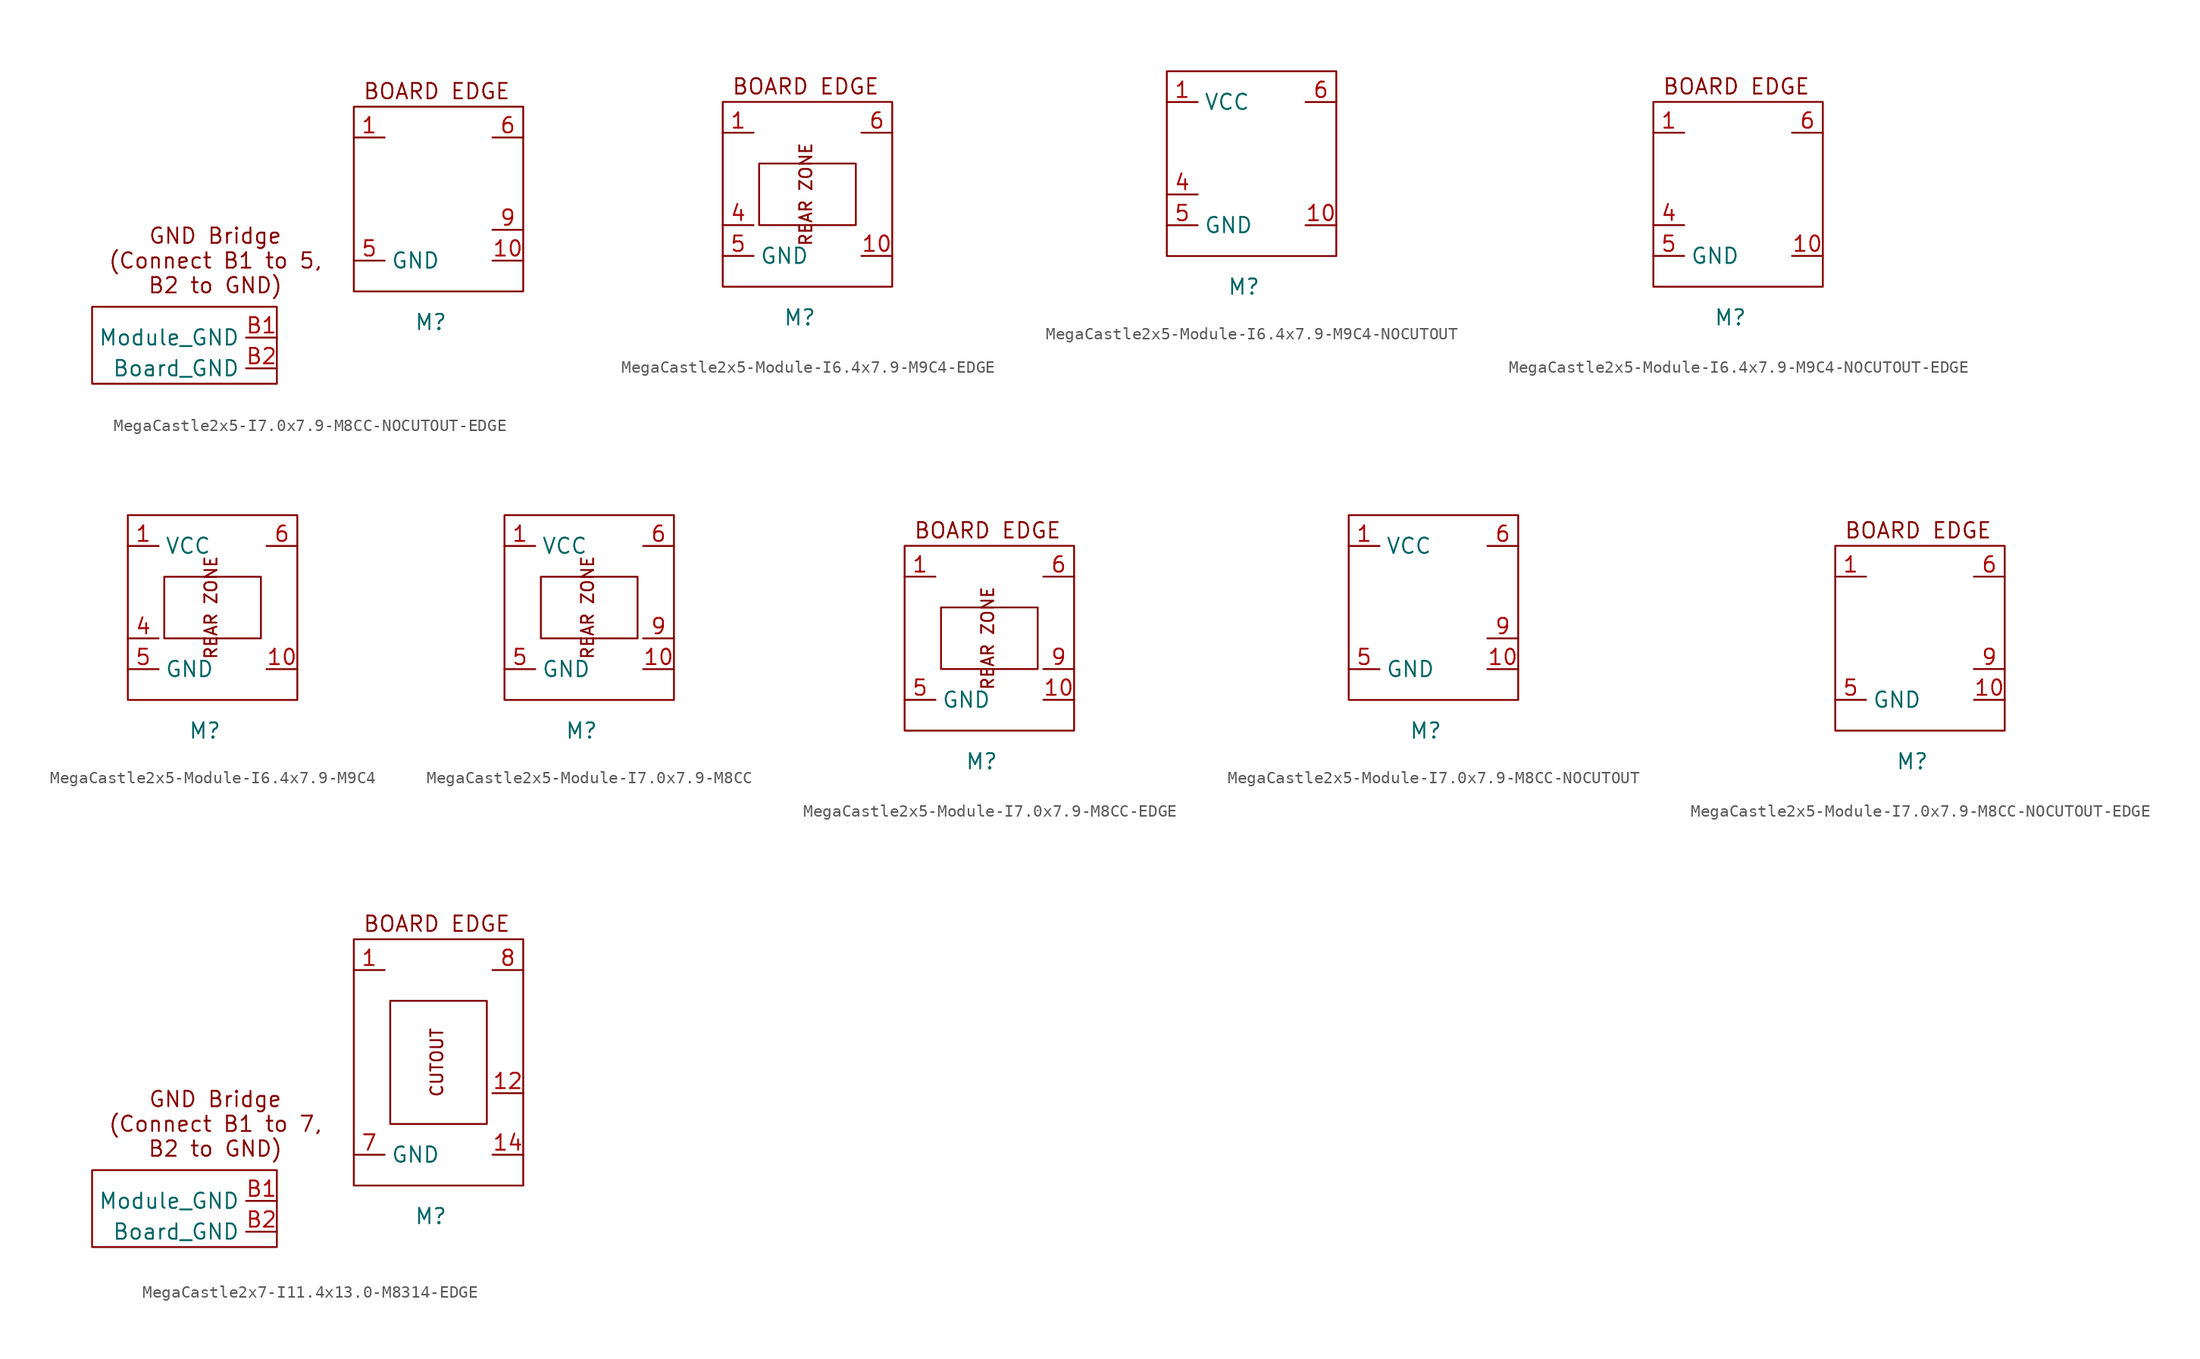
<source format=kicad_sym>
(kicad_symbol_lib
  (version 20231120)
  (generator "kicad_symbol_editor")
  (generator_version "8.0")
  (symbol "MegaCastle2x5-I7.0x7.9-M8CC-NOCUTOUT-EDGE"
    (property "Reference" "M"
      (at 0 -10.16 0)
      (effects (font (size 1.27 1.27))))
    (property "Value" ""
      (at 0 5.08 0)
      (effects (font (size 1.27 1.27))))
    (symbol "MegaCastle2x5-I7.0x7.9-M8CC-NOCUTOUT-EDGE_0_1"
      (rectangle (start -27.94 -8.89) (end -12.7 -15.24) (stroke (width 0) (type default)) (fill (type none)))
      (rectangle (start -6.35 7.62) (end 7.62 -7.62) (stroke (width 0) (type default)) (fill (type none))))
    (symbol "MegaCastle2x5-I7.0x7.9-M8CC-NOCUTOUT-EDGE_1_1"
      (text " BOARD EDGE" (at 0 8.89 0) (effects (font (size 1.27 1.27))))
      (text "GND Bridge\n(Connect B1 to 5,\nB2 to GND)" (at -17.78 -5.08 0) (effects (font (size 1.27 1.27))))
      (pin bidirectional line (at -6.35 5.08 0) (length 2.54) (name "" (effects (font (size 1.27 1.27)))) (number "1" (effects (font (size 1.27 1.27)))))
      (pin bidirectional line (at 7.62 -5.08 180) (length 2.54) (name "" (effects (font (size 1.27 1.27)))) (number "10" (effects (font (size 1.27 1.27)))))
      (pin bidirectional line (at -6.35 -5.08 0) (length 2.54) (name "GND" (effects (font (size 1.27 1.27)))) (number "5" (effects (font (size 1.27 1.27)))))
      (pin bidirectional line (at 7.62 5.08 180) (length 2.54) (name "" (effects (font (size 1.27 1.27)))) (number "6" (effects (font (size 1.27 1.27)))))
      (pin bidirectional line (at 7.62 -2.54 180) (length 2.54) (name "" (effects (font (size 1.27 1.27)))) (number "9" (effects (font (size 1.27 1.27)))))
      (pin bidirectional line (at -12.7 -11.43 180) (length 2.54) (name "Module_GND" (effects (font (size 1.27 1.27)))) (number "B1" (effects (font (size 1.27 1.27)))))
      (pin bidirectional line (at -12.7 -13.97 180) (length 2.54) (name "Board_GND" (effects (font (size 1.27 1.27)))) (number "B2" (effects (font (size 1.27 1.27)))))))
  (symbol "MegaCastle2x5-Module-I6.4x7.9-M9C4-EDGE"
    (property "Reference" "M"
      (at 0 -10.16 0)
      (effects (font (size 1.27 1.27))))
    (property "Value" ""
      (at 0 5.08 0)
      (effects (font (size 1.27 1.27))))
    (symbol "MegaCastle2x5-Module-I6.4x7.9-M9C4-EDGE_0_1"
      (rectangle (start -6.35 7.62) (end 7.62 -7.62) (stroke (width 0) (type default)) (fill (type none)))
      (rectangle (start -3.35 2.54) (end 4.62 -2.54) (stroke (width 0) (type default)) (fill (type none))))
    (symbol "MegaCastle2x5-Module-I6.4x7.9-M9C4-EDGE_1_1"
      (text " BOARD EDGE" (at 0 8.89 0) (effects (font (size 1.27 1.27))))
      (text "REAR ZONE" (at 0.5 0 900) (effects (font (size 1 1))))
      (pin bidirectional line (at -6.35 5.08 0) (length 2.54) (name "" (effects (font (size 1.27 1.27)))) (number "1" (effects (font (size 1.27 1.27)))))
      (pin bidirectional line (at 7.62 -5.08 180) (length 2.54) (name "" (effects (font (size 1.27 1.27)))) (number "10" (effects (font (size 1.27 1.27)))))
      (pin bidirectional line (at -6.35 -2.54 0) (length 2.54) (name "" (effects (font (size 1.27 1.27)))) (number "4" (effects (font (size 1.27 1.27)))))
      (pin bidirectional line (at -6.35 -5.08 0) (length 2.54) (name "GND" (effects (font (size 1.27 1.27)))) (number "5" (effects (font (size 1.27 1.27)))))
      (pin bidirectional line (at 7.62 5.08 180) (length 2.54) (name "" (effects (font (size 1.27 1.27)))) (number "6" (effects (font (size 1.27 1.27)))))))
  (symbol "MegaCastle2x5-Module-I6.4x7.9-M9C4-NOCUTOUT"
    (property "Reference" "M"
      (at 0 -10.16 0)
      (effects (font (size 1.27 1.27))))
    (property "Value" ""
      (at 0 5.08 0)
      (effects (font (size 1.27 1.27))))
    (symbol "MegaCastle2x5-Module-I6.4x7.9-M9C4-NOCUTOUT_0_1"
      (rectangle (start -6.35 7.62) (end 7.62 -7.62) (stroke (width 0) (type default)) (fill (type none))))
    (symbol "MegaCastle2x5-Module-I6.4x7.9-M9C4-NOCUTOUT_1_1"
      (pin bidirectional line (at -6.35 5.08 0) (length 2.54) (name "VCC" (effects (font (size 1.27 1.27)))) (number "1" (effects (font (size 1.27 1.27)))))
      (pin bidirectional line (at 7.62 -5.08 180) (length 2.54) (name "" (effects (font (size 1.27 1.27)))) (number "10" (effects (font (size 1.27 1.27)))))
      (pin bidirectional line (at -6.35 -2.54 0) (length 2.54) (name "" (effects (font (size 1.27 1.27)))) (number "4" (effects (font (size 1.27 1.27)))))
      (pin bidirectional line (at -6.35 -5.08 0) (length 2.54) (name "GND" (effects (font (size 1.27 1.27)))) (number "5" (effects (font (size 1.27 1.27)))))
      (pin bidirectional line (at 7.62 5.08 180) (length 2.54) (name "" (effects (font (size 1.27 1.27)))) (number "6" (effects (font (size 1.27 1.27)))))))
  (symbol "MegaCastle2x5-Module-I6.4x7.9-M9C4-NOCUTOUT-EDGE"
    (property "Reference" "M"
      (at 0 -10.16 0)
      (effects (font (size 1.27 1.27))))
    (property "Value" ""
      (at 0 5.08 0)
      (effects (font (size 1.27 1.27))))
    (symbol "MegaCastle2x5-Module-I6.4x7.9-M9C4-NOCUTOUT-EDGE_0_1"
      (rectangle (start -6.35 7.62) (end 7.62 -7.62) (stroke (width 0) (type default)) (fill (type none))))
    (symbol "MegaCastle2x5-Module-I6.4x7.9-M9C4-NOCUTOUT-EDGE_1_1"
      (text " BOARD EDGE" (at 0 8.89 0) (effects (font (size 1.27 1.27))))
      (pin bidirectional line (at -6.35 5.08 0) (length 2.54) (name "" (effects (font (size 1.27 1.27)))) (number "1" (effects (font (size 1.27 1.27)))))
      (pin bidirectional line (at 7.62 -5.08 180) (length 2.54) (name "" (effects (font (size 1.27 1.27)))) (number "10" (effects (font (size 1.27 1.27)))))
      (pin bidirectional line (at -6.35 -2.54 0) (length 2.54) (name "" (effects (font (size 1.27 1.27)))) (number "4" (effects (font (size 1.27 1.27)))))
      (pin bidirectional line (at -6.35 -5.08 0) (length 2.54) (name "GND" (effects (font (size 1.27 1.27)))) (number "5" (effects (font (size 1.27 1.27)))))
      (pin bidirectional line (at 7.62 5.08 180) (length 2.54) (name "" (effects (font (size 1.27 1.27)))) (number "6" (effects (font (size 1.27 1.27)))))))
  (symbol "MegaCastle2x5-Module-I6.4x7.9-M9C4"
    (property "Reference" "M"
      (at 0 -10.16 0)
      (effects (font (size 1.27 1.27))))
    (property "Value" ""
      (at 0 5.08 0)
      (effects (font (size 1.27 1.27))))
    (symbol "MegaCastle2x5-Module-I6.4x7.9-M9C4_0_1"
      (rectangle (start -6.35 7.62) (end 7.62 -7.62) (stroke (width 0) (type default)) (fill (type none)))
      (rectangle (start -3.35 2.54) (end 4.62 -2.54) (stroke (width 0) (type default)) (fill (type none))))
    (symbol "MegaCastle2x5-Module-I6.4x7.9-M9C4_1_1"
      (text "REAR ZONE" (at 0.5 0 900) (effects (font (size 1 1))))
      (pin bidirectional line (at -6.35 5.08 0) (length 2.54) (name "VCC" (effects (font (size 1.27 1.27)))) (number "1" (effects (font (size 1.27 1.27)))))
      (pin bidirectional line (at 7.62 -5.08 180) (length 2.54) (name "" (effects (font (size 1.27 1.27)))) (number "10" (effects (font (size 1.27 1.27)))))
      (pin bidirectional line (at -6.35 -2.54 0) (length 2.54) (name "" (effects (font (size 1.27 1.27)))) (number "4" (effects (font (size 1.27 1.27)))))
      (pin bidirectional line (at -6.35 -5.08 0) (length 2.54) (name "GND" (effects (font (size 1.27 1.27)))) (number "5" (effects (font (size 1.27 1.27)))))
      (pin bidirectional line (at 7.62 5.08 180) (length 2.54) (name "" (effects (font (size 1.27 1.27)))) (number "6" (effects (font (size 1.27 1.27)))))))
  (symbol "MegaCastle2x5-Module-I7.0x7.9-M8CC"
    (property "Reference" "M"
      (at 0 -10.16 0)
      (effects (font (size 1.27 1.27))))
    (property "Value" ""
      (at 0 5.08 0)
      (effects (font (size 1.27 1.27))))
    (symbol "MegaCastle2x5-Module-I7.0x7.9-M8CC_0_1"
      (rectangle (start -6.35 7.62) (end 7.62 -7.62) (stroke (width 0) (type default)) (fill (type none)))
      (rectangle (start -3.35 2.54) (end 4.62 -2.54) (stroke (width 0) (type default)) (fill (type none))))
    (symbol "MegaCastle2x5-Module-I7.0x7.9-M8CC_1_1"
      (text "REAR ZONE" (at 0.5 0 900) (effects (font (size 1 1))))
      (pin bidirectional line (at -6.35 5.08 0) (length 2.54) (name "VCC" (effects (font (size 1.27 1.27)))) (number "1" (effects (font (size 1.27 1.27)))))
      (pin bidirectional line (at 7.62 -5.08 180) (length 2.54) (name "" (effects (font (size 1.27 1.27)))) (number "10" (effects (font (size 1.27 1.27)))))
      (pin bidirectional line (at -6.35 -5.08 0) (length 2.54) (name "GND" (effects (font (size 1.27 1.27)))) (number "5" (effects (font (size 1.27 1.27)))))
      (pin bidirectional line (at 7.62 5.08 180) (length 2.54) (name "" (effects (font (size 1.27 1.27)))) (number "6" (effects (font (size 1.27 1.27)))))
      (pin bidirectional line (at 7.62 -2.54 180) (length 2.54) (name "" (effects (font (size 1.27 1.27)))) (number "9" (effects (font (size 1.27 1.27)))))))
  (symbol "MegaCastle2x5-Module-I7.0x7.9-M8CC-EDGE"
    (property "Reference" "M"
      (at 0 -10.16 0)
      (effects (font (size 1.27 1.27))))
    (property "Value" ""
      (at 0 5.08 0)
      (effects (font (size 1.27 1.27))))
    (symbol "MegaCastle2x5-Module-I7.0x7.9-M8CC-EDGE_0_1"
      (rectangle (start -6.35 7.62) (end 7.62 -7.62) (stroke (width 0) (type default)) (fill (type none)))
      (rectangle (start -3.35 2.54) (end 4.62 -2.54) (stroke (width 0) (type default)) (fill (type none))))
    (symbol "MegaCastle2x5-Module-I7.0x7.9-M8CC-EDGE_1_1"
      (text " BOARD EDGE" (at 0 8.89 0) (effects (font (size 1.27 1.27))))
      (text "REAR ZONE" (at 0.5 0 900) (effects (font (size 1 1))))
      (pin bidirectional line (at -6.35 5.08 0) (length 2.54) (name "" (effects (font (size 1.27 1.27)))) (number "1" (effects (font (size 1.27 1.27)))))
      (pin bidirectional line (at 7.62 -5.08 180) (length 2.54) (name "" (effects (font (size 1.27 1.27)))) (number "10" (effects (font (size 1.27 1.27)))))
      (pin bidirectional line (at -6.35 -5.08 0) (length 2.54) (name "GND" (effects (font (size 1.27 1.27)))) (number "5" (effects (font (size 1.27 1.27)))))
      (pin bidirectional line (at 7.62 5.08 180) (length 2.54) (name "" (effects (font (size 1.27 1.27)))) (number "6" (effects (font (size 1.27 1.27)))))
      (pin bidirectional line (at 7.62 -2.54 180) (length 2.54) (name "" (effects (font (size 1.27 1.27)))) (number "9" (effects (font (size 1.27 1.27)))))))
  (symbol "MegaCastle2x5-Module-I7.0x7.9-M8CC-NOCUTOUT"
    (property "Reference" "M"
      (at 0 -10.16 0)
      (effects (font (size 1.27 1.27))))
    (property "Value" ""
      (at 0 5.08 0)
      (effects (font (size 1.27 1.27))))
    (symbol "MegaCastle2x5-Module-I7.0x7.9-M8CC-NOCUTOUT_0_1"
      (rectangle (start -6.35 7.62) (end 7.62 -7.62) (stroke (width 0) (type default)) (fill (type none))))
    (symbol "MegaCastle2x5-Module-I7.0x7.9-M8CC-NOCUTOUT_1_1"
      (pin bidirectional line (at -6.35 5.08 0) (length 2.54) (name "VCC" (effects (font (size 1.27 1.27)))) (number "1" (effects (font (size 1.27 1.27)))))
      (pin bidirectional line (at 7.62 -5.08 180) (length 2.54) (name "" (effects (font (size 1.27 1.27)))) (number "10" (effects (font (size 1.27 1.27)))))
      (pin bidirectional line (at -6.35 -5.08 0) (length 2.54) (name "GND" (effects (font (size 1.27 1.27)))) (number "5" (effects (font (size 1.27 1.27)))))
      (pin bidirectional line (at 7.62 5.08 180) (length 2.54) (name "" (effects (font (size 1.27 1.27)))) (number "6" (effects (font (size 1.27 1.27)))))
      (pin bidirectional line (at 7.62 -2.54 180) (length 2.54) (name "" (effects (font (size 1.27 1.27)))) (number "9" (effects (font (size 1.27 1.27)))))))
  (symbol "MegaCastle2x5-Module-I7.0x7.9-M8CC-NOCUTOUT-EDGE"
    (property "Reference" "M"
      (at 0 -10.16 0)
      (effects (font (size 1.27 1.27))))
    (property "Value" ""
      (at 0 5.08 0)
      (effects (font (size 1.27 1.27))))
    (symbol "MegaCastle2x5-Module-I7.0x7.9-M8CC-NOCUTOUT-EDGE_0_1"
      (rectangle (start -6.35 7.62) (end 7.62 -7.62) (stroke (width 0) (type default)) (fill (type none))))
    (symbol "MegaCastle2x5-Module-I7.0x7.9-M8CC-NOCUTOUT-EDGE_1_1"
      (text " BOARD EDGE" (at 0 8.89 0) (effects (font (size 1.27 1.27))))
      (pin bidirectional line (at -6.35 5.08 0) (length 2.54) (name "" (effects (font (size 1.27 1.27)))) (number "1" (effects (font (size 1.27 1.27)))))
      (pin bidirectional line (at 7.62 -5.08 180) (length 2.54) (name "" (effects (font (size 1.27 1.27)))) (number "10" (effects (font (size 1.27 1.27)))))
      (pin bidirectional line (at -6.35 -5.08 0) (length 2.54) (name "GND" (effects (font (size 1.27 1.27)))) (number "5" (effects (font (size 1.27 1.27)))))
      (pin bidirectional line (at 7.62 5.08 180) (length 2.54) (name "" (effects (font (size 1.27 1.27)))) (number "6" (effects (font (size 1.27 1.27)))))
      (pin bidirectional line (at 7.62 -2.54 180) (length 2.54) (name "" (effects (font (size 1.27 1.27)))) (number "9" (effects (font (size 1.27 1.27)))))))
  (symbol "MegaCastle2x7-I11.4x13.0-M8314-EDGE"
    (property "Reference" "M"
      (at 0 -12.7 0)
      (effects (font (size 1.27 1.27))))
    (property "Value" ""
      (at 0 5.08 0)
      (effects (font (size 1.27 1.27))))
    (symbol "MegaCastle2x7-I11.4x13.0-M8314-EDGE_0_1"
      (rectangle (start -27.94 -8.89) (end -12.7 -15.24) (stroke (width 0) (type default)) (fill (type none)))
      (rectangle (start -6.35 10.16) (end 7.62 -10.16) (stroke (width 0) (type default)) (fill (type none)))
      (rectangle (start -3.35 5.08) (end 4.62 -5.08) (stroke (width 0) (type default)) (fill (type none))))
    (symbol "MegaCastle2x7-I11.4x13.0-M8314-EDGE_1_1"
      (text " BOARD EDGE" (at 0 11.43 0) (effects (font (size 1.27 1.27))))
      (text "CUTOUT" (at 0.5 0 900) (effects (font (size 1 1))))
      (text "GND Bridge\n(Connect B1 to 7,\nB2 to GND)" (at -17.78 -5.08 0) (effects (font (size 1.27 1.27))))
      (pin bidirectional line (at -6.35 7.62 0) (length 2.54) (name "" (effects (font (size 1.27 1.27)))) (number "1" (effects (font (size 1.27 1.27)))))
      (pin bidirectional line (at 7.62 -2.54 180) (length 2.54) (name "" (effects (font (size 1.27 1.27)))) (number "12" (effects (font (size 1.27 1.27)))))
      (pin bidirectional line (at 7.62 -7.62 180) (length 2.54) (name "" (effects (font (size 1.27 1.27)))) (number "14" (effects (font (size 1.27 1.27)))))
      (pin bidirectional line (at -6.35 -7.62 0) (length 2.54) (name "GND" (effects (font (size 1.27 1.27)))) (number "7" (effects (font (size 1.27 1.27)))))
      (pin bidirectional line (at 7.62 7.62 180) (length 2.54) (name "" (effects (font (size 1.27 1.27)))) (number "8" (effects (font (size 1.27 1.27)))))
      (pin bidirectional line (at -12.7 -11.43 180) (length 2.54) (name "Module_GND" (effects (font (size 1.27 1.27)))) (number "B1" (effects (font (size 1.27 1.27)))))
      (pin bidirectional line (at -12.7 -13.97 180) (length 2.54) (name "Board_GND" (effects (font (size 1.27 1.27)))) (number "B2" (effects (font (size 1.27 1.27))))))))
</source>
